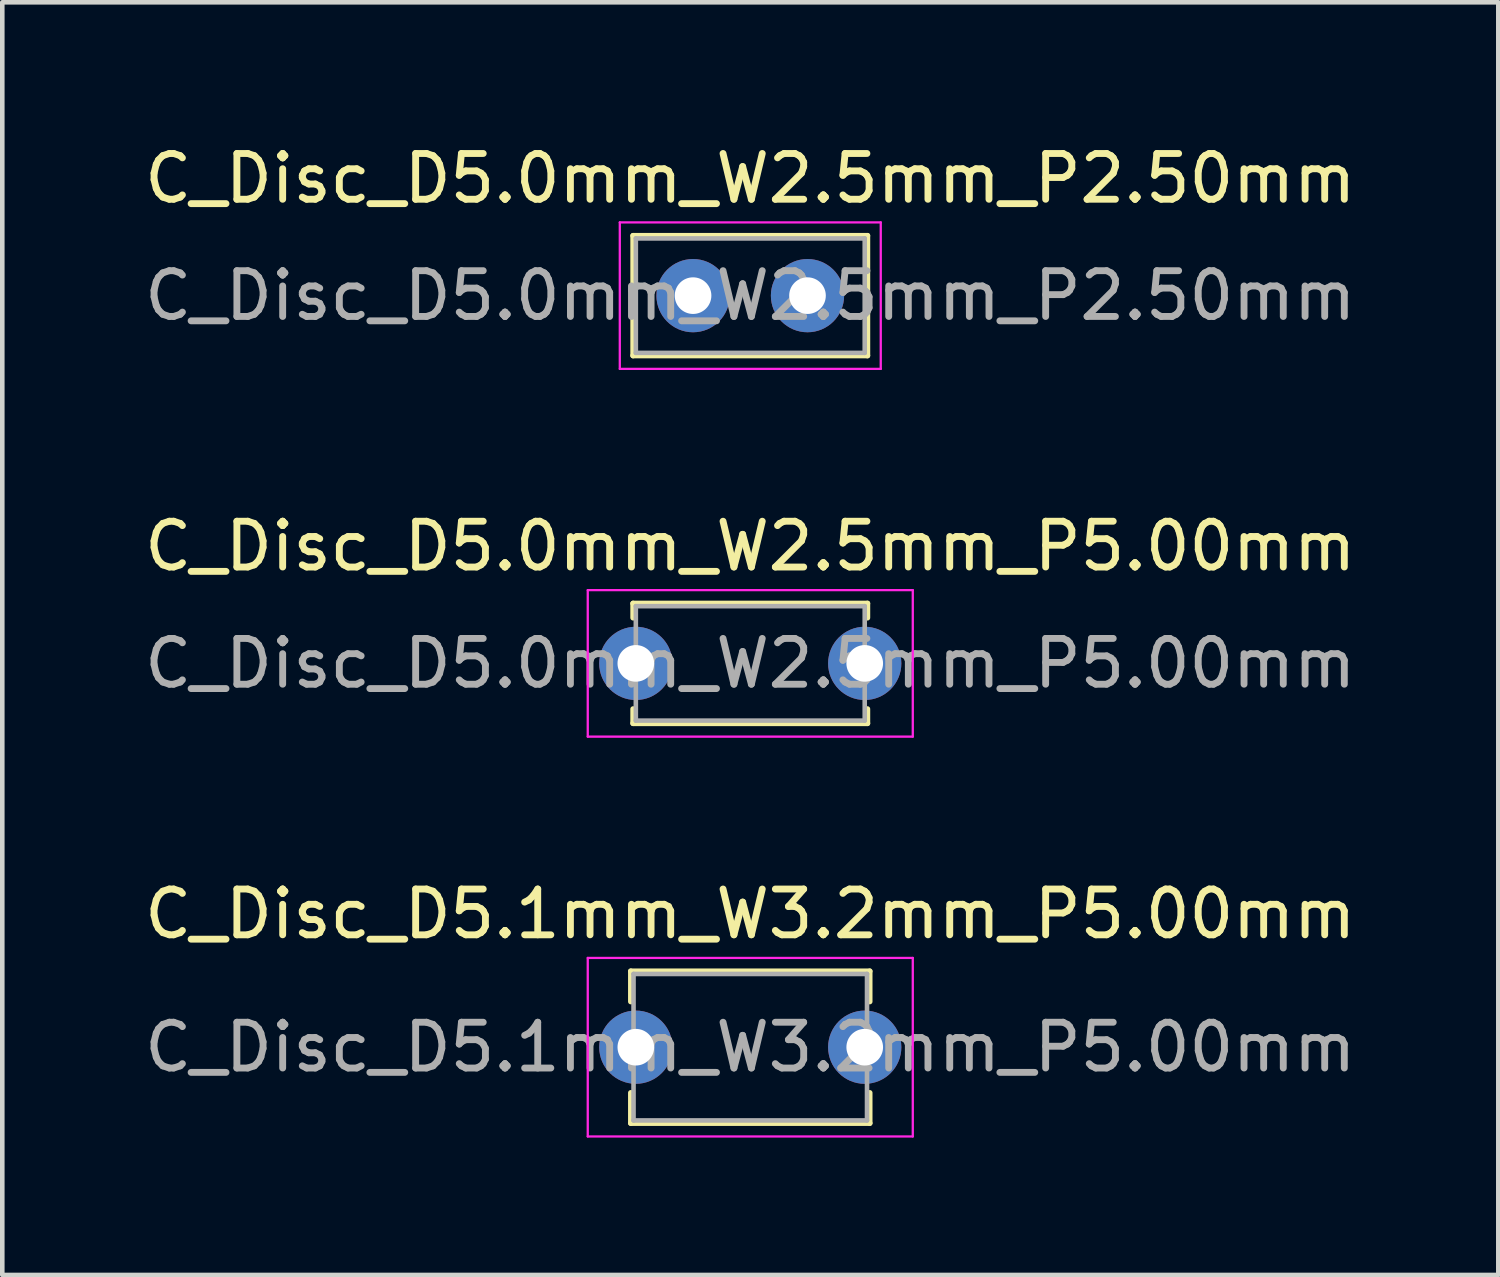
<source format=kicad_pcb>
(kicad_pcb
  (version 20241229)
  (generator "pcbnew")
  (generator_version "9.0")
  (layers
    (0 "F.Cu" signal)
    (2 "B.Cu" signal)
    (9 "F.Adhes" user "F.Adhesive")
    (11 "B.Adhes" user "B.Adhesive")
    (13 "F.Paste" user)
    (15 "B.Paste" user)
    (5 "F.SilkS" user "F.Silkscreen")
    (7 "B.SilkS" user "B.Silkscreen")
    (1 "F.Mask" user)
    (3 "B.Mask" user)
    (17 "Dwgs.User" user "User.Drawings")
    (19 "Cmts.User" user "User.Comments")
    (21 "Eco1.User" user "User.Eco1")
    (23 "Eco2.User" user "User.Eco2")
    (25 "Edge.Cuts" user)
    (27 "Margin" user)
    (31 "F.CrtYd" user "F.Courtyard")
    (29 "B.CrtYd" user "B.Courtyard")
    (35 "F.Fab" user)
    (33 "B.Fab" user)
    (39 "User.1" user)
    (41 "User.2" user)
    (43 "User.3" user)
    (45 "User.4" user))
  (footprint "C_Disc_D5.0mm_W2.5mm_P2.50mm"
    (layer "F.Cu")
    (at 12.089 3.408)
    (property "Reference" "C_Disc_D5.0mm_W2.5mm_P2.50mm" (at 1.25 -2.56 0) (layer "F.SilkS") (effects (font (size 1 1) (thickness 0.15))))
    (attr through_hole)
    (fp_line (start -1.31 -1.31) (end -1.31 1.31) (stroke (width 0.12) (type solid)) (layer "F.SilkS"))
    (fp_line (start -1.31 -1.31) (end 3.81 -1.31) (stroke (width 0.12) (type solid)) (layer "F.SilkS"))
    (fp_line (start -1.31 1.31) (end 3.81 1.31) (stroke (width 0.12) (type solid)) (layer "F.SilkS"))
    (fp_line (start 3.81 -1.31) (end 3.81 1.31) (stroke (width 0.12) (type solid)) (layer "F.SilkS"))
    (fp_line (start -1.6 -1.6) (end -1.6 1.6) (stroke (width 0.05) (type solid)) (layer "F.CrtYd"))
    (fp_line (start -1.6 1.6) (end 4.1 1.6) (stroke (width 0.05) (type solid)) (layer "F.CrtYd"))
    (fp_line (start 4.1 -1.6) (end -1.6 -1.6) (stroke (width 0.05) (type solid)) (layer "F.CrtYd"))
    (fp_line (start 4.1 1.6) (end 4.1 -1.6) (stroke (width 0.05) (type solid)) (layer "F.CrtYd"))
    (fp_line (start -1.25 -1.25) (end -1.25 1.25) (stroke (width 0.1) (type solid)) (layer "F.Fab"))
    (fp_line (start -1.25 1.25) (end 3.75 1.25) (stroke (width 0.1) (type solid)) (layer "F.Fab"))
    (fp_line (start 3.75 -1.25) (end -1.25 -1.25) (stroke (width 0.1) (type solid)) (layer "F.Fab"))
    (fp_line (start 3.75 1.25) (end 3.75 -1.25) (stroke (width 0.1) (type solid)) (layer "F.Fab"))
    (fp_text user "${REFERENCE}" (at 1.25 0 0) (layer "F.Fab") (effects (font (size 1 1) (thickness 0.15))))
    (pad "1" thru_hole circle (at 0 0) (size 1.6 1.6) (drill 0.8) (layers "*.Cu" "*.Mask"))
    (pad "2" thru_hole circle (at 2.5 0) (size 1.6 1.6) (drill 0.8) (layers "*.Cu" "*.Mask")))
  (footprint "C_Disc_D5.1mm_W3.2mm_P5.00mm"
    (layer "F.Cu")
    (at 10.839 19.825)
    (property "Reference" "C_Disc_D5.1mm_W3.2mm_P5.00mm" (at 2.5 -2.91 0) (layer "F.SilkS") (effects (font (size 1 1) (thickness 0.15))))
    (attr through_hole)
    (fp_line (start -0.11 -1.66) (end -0.11 -0.996) (stroke (width 0.12) (type solid)) (layer "F.SilkS"))
    (fp_line (start -0.11 -1.66) (end 5.11 -1.66) (stroke (width 0.12) (type solid)) (layer "F.SilkS"))
    (fp_line (start -0.11 0.996) (end -0.11 1.66) (stroke (width 0.12) (type solid)) (layer "F.SilkS"))
    (fp_line (start -0.11 1.66) (end 5.11 1.66) (stroke (width 0.12) (type solid)) (layer "F.SilkS"))
    (fp_line (start 5.11 -1.66) (end 5.11 -0.996) (stroke (width 0.12) (type solid)) (layer "F.SilkS"))
    (fp_line (start 5.11 0.996) (end 5.11 1.66) (stroke (width 0.12) (type solid)) (layer "F.SilkS"))
    (fp_line (start -1.05 -1.95) (end -1.05 1.95) (stroke (width 0.05) (type solid)) (layer "F.CrtYd"))
    (fp_line (start -1.05 1.95) (end 6.05 1.95) (stroke (width 0.05) (type solid)) (layer "F.CrtYd"))
    (fp_line (start 6.05 -1.95) (end -1.05 -1.95) (stroke (width 0.05) (type solid)) (layer "F.CrtYd"))
    (fp_line (start 6.05 1.95) (end 6.05 -1.95) (stroke (width 0.05) (type solid)) (layer "F.CrtYd"))
    (fp_line (start -0.05 -1.6) (end -0.05 1.6) (stroke (width 0.1) (type solid)) (layer "F.Fab"))
    (fp_line (start -0.05 1.6) (end 5.05 1.6) (stroke (width 0.1) (type solid)) (layer "F.Fab"))
    (fp_line (start 5.05 -1.6) (end -0.05 -1.6) (stroke (width 0.1) (type solid)) (layer "F.Fab"))
    (fp_line (start 5.05 1.6) (end 5.05 -1.6) (stroke (width 0.1) (type solid)) (layer "F.Fab"))
    (fp_text user "${REFERENCE}" (at 2.5 0 0) (layer "F.Fab") (effects (font (size 1 1) (thickness 0.15))))
    (pad "1" thru_hole circle (at 0 0) (size 1.6 1.6) (drill 0.8) (layers "*.Cu" "*.Mask"))
    (pad "2" thru_hole circle (at 5 0) (size 1.6 1.6) (drill 0.8) (layers "*.Cu" "*.Mask")))
  (footprint "C_Disc_D5.0mm_W2.5mm_P5.00mm"
    (layer "F.Cu")
    (at 10.839 11.441)
    (property "Reference" "C_Disc_D5.0mm_W2.5mm_P5.00mm" (at 2.5 -2.56 0) (layer "F.SilkS") (effects (font (size 1 1) (thickness 0.15))))
    (attr through_hole)
    (fp_line (start -0.06 -1.31) (end -0.06 -0.996) (stroke (width 0.12) (type solid)) (layer "F.SilkS"))
    (fp_line (start -0.06 -1.31) (end 5.06 -1.31) (stroke (width 0.12) (type solid)) (layer "F.SilkS"))
    (fp_line (start -0.06 0.996) (end -0.06 1.31) (stroke (width 0.12) (type solid)) (layer "F.SilkS"))
    (fp_line (start -0.06 1.31) (end 5.06 1.31) (stroke (width 0.12) (type solid)) (layer "F.SilkS"))
    (fp_line (start 5.06 -1.31) (end 5.06 -0.996) (stroke (width 0.12) (type solid)) (layer "F.SilkS"))
    (fp_line (start 5.06 0.996) (end 5.06 1.31) (stroke (width 0.12) (type solid)) (layer "F.SilkS"))
    (fp_line (start -1.05 -1.6) (end -1.05 1.6) (stroke (width 0.05) (type solid)) (layer "F.CrtYd"))
    (fp_line (start -1.05 1.6) (end 6.05 1.6) (stroke (width 0.05) (type solid)) (layer "F.CrtYd"))
    (fp_line (start 6.05 -1.6) (end -1.05 -1.6) (stroke (width 0.05) (type solid)) (layer "F.CrtYd"))
    (fp_line (start 6.05 1.6) (end 6.05 -1.6) (stroke (width 0.05) (type solid)) (layer "F.CrtYd"))
    (fp_line (start 0 -1.25) (end 0 1.25) (stroke (width 0.1) (type solid)) (layer "F.Fab"))
    (fp_line (start 0 1.25) (end 5 1.25) (stroke (width 0.1) (type solid)) (layer "F.Fab"))
    (fp_line (start 5 -1.25) (end 0 -1.25) (stroke (width 0.1) (type solid)) (layer "F.Fab"))
    (fp_line (start 5 1.25) (end 5 -1.25) (stroke (width 0.1) (type solid)) (layer "F.Fab"))
    (fp_text user "${REFERENCE}" (at 2.5 0 0) (layer "F.Fab") (effects (font (size 1 1) (thickness 0.15))))
    (pad "1" thru_hole circle (at 0 0) (size 1.6 1.6) (drill 0.8) (layers "*.Cu" "*.Mask"))
    (pad "2" thru_hole circle (at 5 0) (size 1.6 1.6) (drill 0.8) (layers "*.Cu" "*.Mask")))
  (gr_rect
    (start -3 -3)
    (end 29.679 24.8)
    (stroke (width 0.1) (type default))
    (fill no)
    (layer "Edge.Cuts")))
</source>
